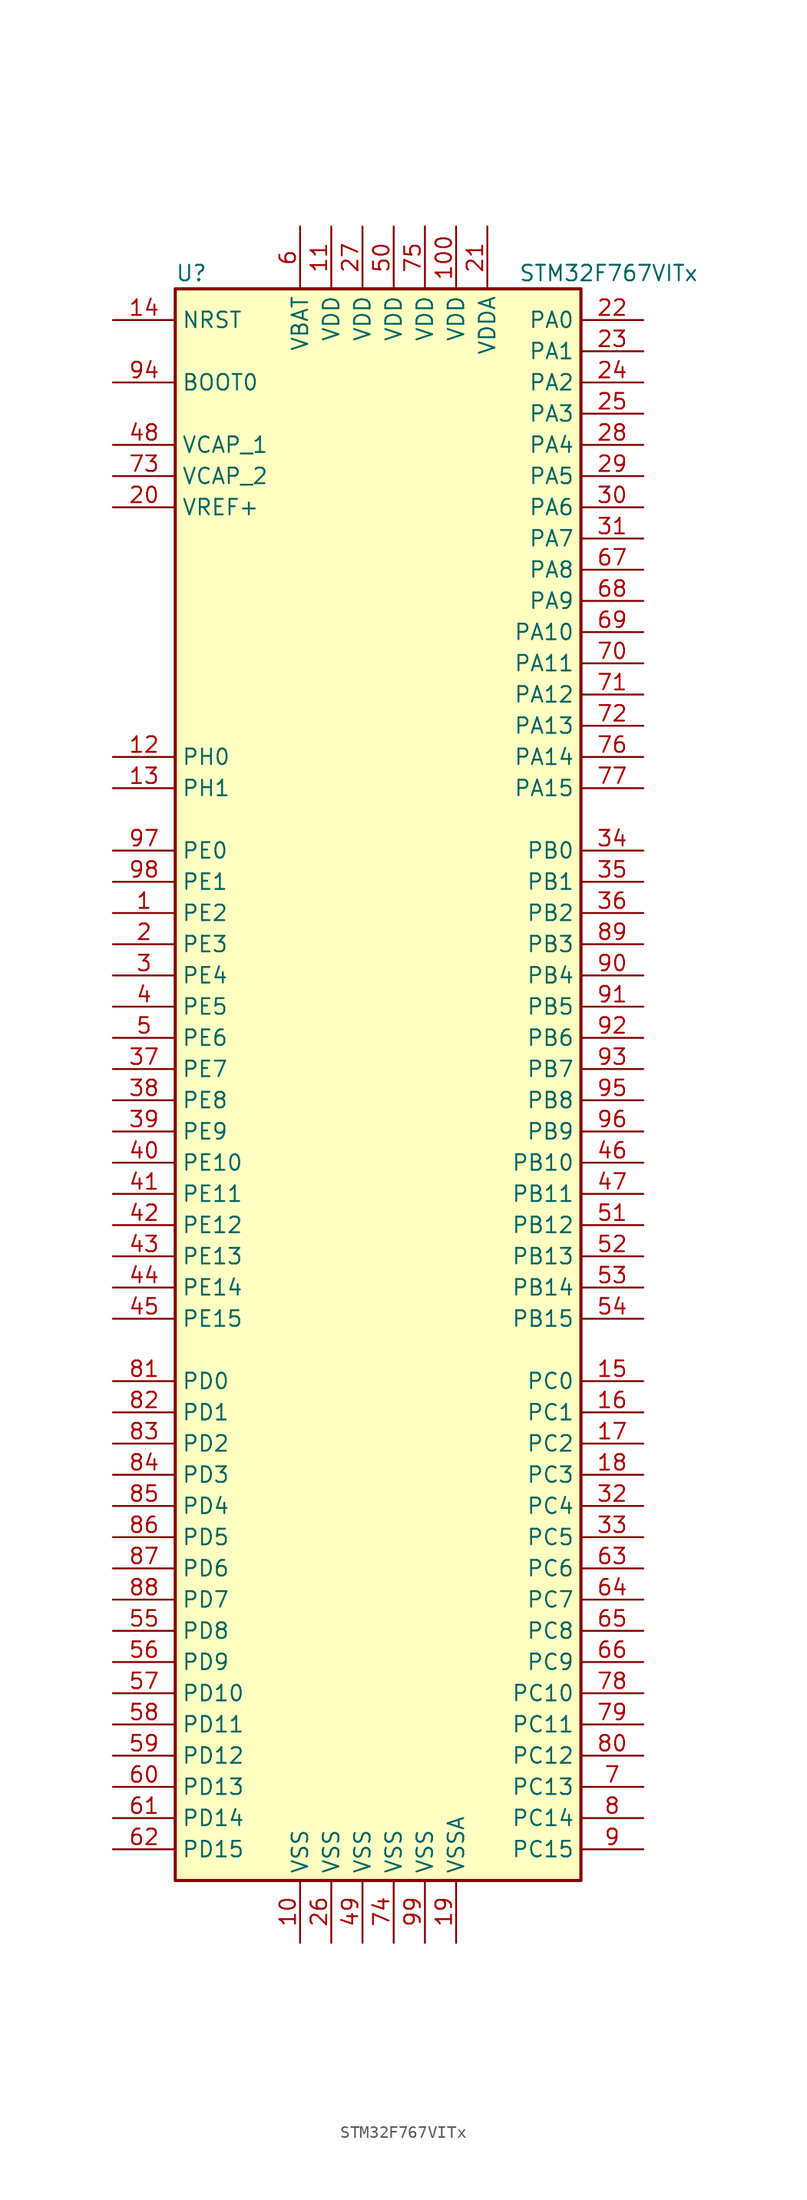
<source format=kicad_sym>
(kicad_symbol_lib
  (version 20201005)
  (generator kicad_symbol_editor)
  (symbol "MCU_ST_STM32F7:STM32F767VITx"
    (property "Reference" "U"
      (at -17.78 64.77 0)
      (effects (font (size 1.27 1.27)) (justify left)))
    (property "Value" "STM32F767VITx"
      (at 10.16 64.77 0)
      (effects (font (size 1.27 1.27)) (justify left)))
    (symbol "STM32F767VITx_0_1"
      (rectangle (start -17.78 -66.04) (end 15.24 63.5) (stroke (width 0.254)) (fill (type background))))
    (symbol "STM32F767VITx_1_1"
      (pin input line (at -22.86 55.88 0) (length 5.08) (name "BOOT0" (effects (font (size 1.27 1.27)))) (number "94" (effects (font (size 1.27 1.27)))))
      (pin input line (at -22.86 60.96 0) (length 5.08) (name "NRST" (effects (font (size 1.27 1.27)))) (number "14" (effects (font (size 1.27 1.27)))))
      (pin bidirectional line (at 20.32 60.96 180) (length 5.08) (name "PA0" (effects (font (size 1.27 1.27)))) (number "22" (effects (font (size 1.27 1.27)))))
      (pin bidirectional line (at 20.32 58.42 180) (length 5.08) (name "PA1" (effects (font (size 1.27 1.27)))) (number "23" (effects (font (size 1.27 1.27)))))
      (pin bidirectional line (at 20.32 35.56 180) (length 5.08) (name "PA10" (effects (font (size 1.27 1.27)))) (number "69" (effects (font (size 1.27 1.27)))))
      (pin bidirectional line (at 20.32 33.02 180) (length 5.08) (name "PA11" (effects (font (size 1.27 1.27)))) (number "70" (effects (font (size 1.27 1.27)))))
      (pin bidirectional line (at 20.32 30.48 180) (length 5.08) (name "PA12" (effects (font (size 1.27 1.27)))) (number "71" (effects (font (size 1.27 1.27)))))
      (pin bidirectional line (at 20.32 27.94 180) (length 5.08) (name "PA13" (effects (font (size 1.27 1.27)))) (number "72" (effects (font (size 1.27 1.27)))))
      (pin bidirectional line (at 20.32 25.4 180) (length 5.08) (name "PA14" (effects (font (size 1.27 1.27)))) (number "76" (effects (font (size 1.27 1.27)))))
      (pin bidirectional line (at 20.32 22.86 180) (length 5.08) (name "PA15" (effects (font (size 1.27 1.27)))) (number "77" (effects (font (size 1.27 1.27)))))
      (pin bidirectional line (at 20.32 55.88 180) (length 5.08) (name "PA2" (effects (font (size 1.27 1.27)))) (number "24" (effects (font (size 1.27 1.27)))))
      (pin bidirectional line (at 20.32 53.34 180) (length 5.08) (name "PA3" (effects (font (size 1.27 1.27)))) (number "25" (effects (font (size 1.27 1.27)))))
      (pin bidirectional line (at 20.32 50.8 180) (length 5.08) (name "PA4" (effects (font (size 1.27 1.27)))) (number "28" (effects (font (size 1.27 1.27)))))
      (pin bidirectional line (at 20.32 48.26 180) (length 5.08) (name "PA5" (effects (font (size 1.27 1.27)))) (number "29" (effects (font (size 1.27 1.27)))))
      (pin bidirectional line (at 20.32 45.72 180) (length 5.08) (name "PA6" (effects (font (size 1.27 1.27)))) (number "30" (effects (font (size 1.27 1.27)))))
      (pin bidirectional line (at 20.32 43.18 180) (length 5.08) (name "PA7" (effects (font (size 1.27 1.27)))) (number "31" (effects (font (size 1.27 1.27)))))
      (pin bidirectional line (at 20.32 40.64 180) (length 5.08) (name "PA8" (effects (font (size 1.27 1.27)))) (number "67" (effects (font (size 1.27 1.27)))))
      (pin bidirectional line (at 20.32 38.1 180) (length 5.08) (name "PA9" (effects (font (size 1.27 1.27)))) (number "68" (effects (font (size 1.27 1.27)))))
      (pin bidirectional line (at 20.32 17.78 180) (length 5.08) (name "PB0" (effects (font (size 1.27 1.27)))) (number "34" (effects (font (size 1.27 1.27)))))
      (pin bidirectional line (at 20.32 15.24 180) (length 5.08) (name "PB1" (effects (font (size 1.27 1.27)))) (number "35" (effects (font (size 1.27 1.27)))))
      (pin bidirectional line (at 20.32 -7.62 180) (length 5.08) (name "PB10" (effects (font (size 1.27 1.27)))) (number "46" (effects (font (size 1.27 1.27)))))
      (pin bidirectional line (at 20.32 -10.16 180) (length 5.08) (name "PB11" (effects (font (size 1.27 1.27)))) (number "47" (effects (font (size 1.27 1.27)))))
      (pin bidirectional line (at 20.32 -12.7 180) (length 5.08) (name "PB12" (effects (font (size 1.27 1.27)))) (number "51" (effects (font (size 1.27 1.27)))))
      (pin bidirectional line (at 20.32 -15.24 180) (length 5.08) (name "PB13" (effects (font (size 1.27 1.27)))) (number "52" (effects (font (size 1.27 1.27)))))
      (pin bidirectional line (at 20.32 -17.78 180) (length 5.08) (name "PB14" (effects (font (size 1.27 1.27)))) (number "53" (effects (font (size 1.27 1.27)))))
      (pin bidirectional line (at 20.32 -20.32 180) (length 5.08) (name "PB15" (effects (font (size 1.27 1.27)))) (number "54" (effects (font (size 1.27 1.27)))))
      (pin bidirectional line (at 20.32 12.7 180) (length 5.08) (name "PB2" (effects (font (size 1.27 1.27)))) (number "36" (effects (font (size 1.27 1.27)))))
      (pin bidirectional line (at 20.32 10.16 180) (length 5.08) (name "PB3" (effects (font (size 1.27 1.27)))) (number "89" (effects (font (size 1.27 1.27)))))
      (pin bidirectional line (at 20.32 7.62 180) (length 5.08) (name "PB4" (effects (font (size 1.27 1.27)))) (number "90" (effects (font (size 1.27 1.27)))))
      (pin bidirectional line (at 20.32 5.08 180) (length 5.08) (name "PB5" (effects (font (size 1.27 1.27)))) (number "91" (effects (font (size 1.27 1.27)))))
      (pin bidirectional line (at 20.32 2.54 180) (length 5.08) (name "PB6" (effects (font (size 1.27 1.27)))) (number "92" (effects (font (size 1.27 1.27)))))
      (pin bidirectional line (at 20.32 0 180) (length 5.08) (name "PB7" (effects (font (size 1.27 1.27)))) (number "93" (effects (font (size 1.27 1.27)))))
      (pin bidirectional line (at 20.32 -2.54 180) (length 5.08) (name "PB8" (effects (font (size 1.27 1.27)))) (number "95" (effects (font (size 1.27 1.27)))))
      (pin bidirectional line (at 20.32 -5.08 180) (length 5.08) (name "PB9" (effects (font (size 1.27 1.27)))) (number "96" (effects (font (size 1.27 1.27)))))
      (pin bidirectional line (at 20.32 -25.4 180) (length 5.08) (name "PC0" (effects (font (size 1.27 1.27)))) (number "15" (effects (font (size 1.27 1.27)))))
      (pin bidirectional line (at 20.32 -27.94 180) (length 5.08) (name "PC1" (effects (font (size 1.27 1.27)))) (number "16" (effects (font (size 1.27 1.27)))))
      (pin bidirectional line (at 20.32 -50.8 180) (length 5.08) (name "PC10" (effects (font (size 1.27 1.27)))) (number "78" (effects (font (size 1.27 1.27)))))
      (pin bidirectional line (at 20.32 -53.34 180) (length 5.08) (name "PC11" (effects (font (size 1.27 1.27)))) (number "79" (effects (font (size 1.27 1.27)))))
      (pin bidirectional line (at 20.32 -55.88 180) (length 5.08) (name "PC12" (effects (font (size 1.27 1.27)))) (number "80" (effects (font (size 1.27 1.27)))))
      (pin bidirectional line (at 20.32 -58.42 180) (length 5.08) (name "PC13" (effects (font (size 1.27 1.27)))) (number "7" (effects (font (size 1.27 1.27)))))
      (pin bidirectional line (at 20.32 -60.96 180) (length 5.08) (name "PC14" (effects (font (size 1.27 1.27)))) (number "8" (effects (font (size 1.27 1.27)))))
      (pin bidirectional line (at 20.32 -63.5 180) (length 5.08) (name "PC15" (effects (font (size 1.27 1.27)))) (number "9" (effects (font (size 1.27 1.27)))))
      (pin bidirectional line (at 20.32 -30.48 180) (length 5.08) (name "PC2" (effects (font (size 1.27 1.27)))) (number "17" (effects (font (size 1.27 1.27)))))
      (pin bidirectional line (at 20.32 -33.02 180) (length 5.08) (name "PC3" (effects (font (size 1.27 1.27)))) (number "18" (effects (font (size 1.27 1.27)))))
      (pin bidirectional line (at 20.32 -35.56 180) (length 5.08) (name "PC4" (effects (font (size 1.27 1.27)))) (number "32" (effects (font (size 1.27 1.27)))))
      (pin bidirectional line (at 20.32 -38.1 180) (length 5.08) (name "PC5" (effects (font (size 1.27 1.27)))) (number "33" (effects (font (size 1.27 1.27)))))
      (pin bidirectional line (at 20.32 -40.64 180) (length 5.08) (name "PC6" (effects (font (size 1.27 1.27)))) (number "63" (effects (font (size 1.27 1.27)))))
      (pin bidirectional line (at 20.32 -43.18 180) (length 5.08) (name "PC7" (effects (font (size 1.27 1.27)))) (number "64" (effects (font (size 1.27 1.27)))))
      (pin bidirectional line (at 20.32 -45.72 180) (length 5.08) (name "PC8" (effects (font (size 1.27 1.27)))) (number "65" (effects (font (size 1.27 1.27)))))
      (pin bidirectional line (at 20.32 -48.26 180) (length 5.08) (name "PC9" (effects (font (size 1.27 1.27)))) (number "66" (effects (font (size 1.27 1.27)))))
      (pin bidirectional line (at -22.86 -25.4 0) (length 5.08) (name "PD0" (effects (font (size 1.27 1.27)))) (number "81" (effects (font (size 1.27 1.27)))))
      (pin bidirectional line (at -22.86 -27.94 0) (length 5.08) (name "PD1" (effects (font (size 1.27 1.27)))) (number "82" (effects (font (size 1.27 1.27)))))
      (pin bidirectional line (at -22.86 -50.8 0) (length 5.08) (name "PD10" (effects (font (size 1.27 1.27)))) (number "57" (effects (font (size 1.27 1.27)))))
      (pin bidirectional line (at -22.86 -53.34 0) (length 5.08) (name "PD11" (effects (font (size 1.27 1.27)))) (number "58" (effects (font (size 1.27 1.27)))))
      (pin bidirectional line (at -22.86 -55.88 0) (length 5.08) (name "PD12" (effects (font (size 1.27 1.27)))) (number "59" (effects (font (size 1.27 1.27)))))
      (pin bidirectional line (at -22.86 -58.42 0) (length 5.08) (name "PD13" (effects (font (size 1.27 1.27)))) (number "60" (effects (font (size 1.27 1.27)))))
      (pin bidirectional line (at -22.86 -60.96 0) (length 5.08) (name "PD14" (effects (font (size 1.27 1.27)))) (number "61" (effects (font (size 1.27 1.27)))))
      (pin bidirectional line (at -22.86 -63.5 0) (length 5.08) (name "PD15" (effects (font (size 1.27 1.27)))) (number "62" (effects (font (size 1.27 1.27)))))
      (pin bidirectional line (at -22.86 -30.48 0) (length 5.08) (name "PD2" (effects (font (size 1.27 1.27)))) (number "83" (effects (font (size 1.27 1.27)))))
      (pin bidirectional line (at -22.86 -33.02 0) (length 5.08) (name "PD3" (effects (font (size 1.27 1.27)))) (number "84" (effects (font (size 1.27 1.27)))))
      (pin bidirectional line (at -22.86 -35.56 0) (length 5.08) (name "PD4" (effects (font (size 1.27 1.27)))) (number "85" (effects (font (size 1.27 1.27)))))
      (pin bidirectional line (at -22.86 -38.1 0) (length 5.08) (name "PD5" (effects (font (size 1.27 1.27)))) (number "86" (effects (font (size 1.27 1.27)))))
      (pin bidirectional line (at -22.86 -40.64 0) (length 5.08) (name "PD6" (effects (font (size 1.27 1.27)))) (number "87" (effects (font (size 1.27 1.27)))))
      (pin bidirectional line (at -22.86 -43.18 0) (length 5.08) (name "PD7" (effects (font (size 1.27 1.27)))) (number "88" (effects (font (size 1.27 1.27)))))
      (pin bidirectional line (at -22.86 -45.72 0) (length 5.08) (name "PD8" (effects (font (size 1.27 1.27)))) (number "55" (effects (font (size 1.27 1.27)))))
      (pin bidirectional line (at -22.86 -48.26 0) (length 5.08) (name "PD9" (effects (font (size 1.27 1.27)))) (number "56" (effects (font (size 1.27 1.27)))))
      (pin bidirectional line (at -22.86 17.78 0) (length 5.08) (name "PE0" (effects (font (size 1.27 1.27)))) (number "97" (effects (font (size 1.27 1.27)))))
      (pin bidirectional line (at -22.86 15.24 0) (length 5.08) (name "PE1" (effects (font (size 1.27 1.27)))) (number "98" (effects (font (size 1.27 1.27)))))
      (pin bidirectional line (at -22.86 -7.62 0) (length 5.08) (name "PE10" (effects (font (size 1.27 1.27)))) (number "40" (effects (font (size 1.27 1.27)))))
      (pin bidirectional line (at -22.86 -10.16 0) (length 5.08) (name "PE11" (effects (font (size 1.27 1.27)))) (number "41" (effects (font (size 1.27 1.27)))))
      (pin bidirectional line (at -22.86 -12.7 0) (length 5.08) (name "PE12" (effects (font (size 1.27 1.27)))) (number "42" (effects (font (size 1.27 1.27)))))
      (pin bidirectional line (at -22.86 -15.24 0) (length 5.08) (name "PE13" (effects (font (size 1.27 1.27)))) (number "43" (effects (font (size 1.27 1.27)))))
      (pin bidirectional line (at -22.86 -17.78 0) (length 5.08) (name "PE14" (effects (font (size 1.27 1.27)))) (number "44" (effects (font (size 1.27 1.27)))))
      (pin bidirectional line (at -22.86 -20.32 0) (length 5.08) (name "PE15" (effects (font (size 1.27 1.27)))) (number "45" (effects (font (size 1.27 1.27)))))
      (pin bidirectional line (at -22.86 12.7 0) (length 5.08) (name "PE2" (effects (font (size 1.27 1.27)))) (number "1" (effects (font (size 1.27 1.27)))))
      (pin bidirectional line (at -22.86 10.16 0) (length 5.08) (name "PE3" (effects (font (size 1.27 1.27)))) (number "2" (effects (font (size 1.27 1.27)))))
      (pin bidirectional line (at -22.86 7.62 0) (length 5.08) (name "PE4" (effects (font (size 1.27 1.27)))) (number "3" (effects (font (size 1.27 1.27)))))
      (pin bidirectional line (at -22.86 5.08 0) (length 5.08) (name "PE5" (effects (font (size 1.27 1.27)))) (number "4" (effects (font (size 1.27 1.27)))))
      (pin bidirectional line (at -22.86 2.54 0) (length 5.08) (name "PE6" (effects (font (size 1.27 1.27)))) (number "5" (effects (font (size 1.27 1.27)))))
      (pin bidirectional line (at -22.86 0 0) (length 5.08) (name "PE7" (effects (font (size 1.27 1.27)))) (number "37" (effects (font (size 1.27 1.27)))))
      (pin bidirectional line (at -22.86 -2.54 0) (length 5.08) (name "PE8" (effects (font (size 1.27 1.27)))) (number "38" (effects (font (size 1.27 1.27)))))
      (pin bidirectional line (at -22.86 -5.08 0) (length 5.08) (name "PE9" (effects (font (size 1.27 1.27)))) (number "39" (effects (font (size 1.27 1.27)))))
      (pin input line (at -22.86 25.4 0) (length 5.08) (name "PH0" (effects (font (size 1.27 1.27)))) (number "12" (effects (font (size 1.27 1.27)))))
      (pin input line (at -22.86 22.86 0) (length 5.08) (name "PH1" (effects (font (size 1.27 1.27)))) (number "13" (effects (font (size 1.27 1.27)))))
      (pin power_in line (at -7.62 68.58 270) (length 5.08) (name "VBAT" (effects (font (size 1.27 1.27)))) (number "6" (effects (font (size 1.27 1.27)))))
      (pin power_in line (at -22.86 50.8 0) (length 5.08) (name "VCAP_1" (effects (font (size 1.27 1.27)))) (number "48" (effects (font (size 1.27 1.27)))))
      (pin power_in line (at -22.86 48.26 0) (length 5.08) (name "VCAP_2" (effects (font (size 1.27 1.27)))) (number "73" (effects (font (size 1.27 1.27)))))
      (pin power_in line (at 5.08 68.58 270) (length 5.08) (name "VDD" (effects (font (size 1.27 1.27)))) (number "100" (effects (font (size 1.27 1.27)))))
      (pin power_in line (at -5.08 68.58 270) (length 5.08) (name "VDD" (effects (font (size 1.27 1.27)))) (number "11" (effects (font (size 1.27 1.27)))))
      (pin power_in line (at -2.54 68.58 270) (length 5.08) (name "VDD" (effects (font (size 1.27 1.27)))) (number "27" (effects (font (size 1.27 1.27)))))
      (pin power_in line (at 0 68.58 270) (length 5.08) (name "VDD" (effects (font (size 1.27 1.27)))) (number "50" (effects (font (size 1.27 1.27)))))
      (pin power_in line (at 2.54 68.58 270) (length 5.08) (name "VDD" (effects (font (size 1.27 1.27)))) (number "75" (effects (font (size 1.27 1.27)))))
      (pin power_in line (at 7.62 68.58 270) (length 5.08) (name "VDDA" (effects (font (size 1.27 1.27)))) (number "21" (effects (font (size 1.27 1.27)))))
      (pin power_in line (at -22.86 45.72 0) (length 5.08) (name "VREF+" (effects (font (size 1.27 1.27)))) (number "20" (effects (font (size 1.27 1.27)))))
      (pin power_in line (at -7.62 -71.12 90) (length 5.08) (name "VSS" (effects (font (size 1.27 1.27)))) (number "10" (effects (font (size 1.27 1.27)))))
      (pin power_in line (at -5.08 -71.12 90) (length 5.08) (name "VSS" (effects (font (size 1.27 1.27)))) (number "26" (effects (font (size 1.27 1.27)))))
      (pin power_in line (at -2.54 -71.12 90) (length 5.08) (name "VSS" (effects (font (size 1.27 1.27)))) (number "49" (effects (font (size 1.27 1.27)))))
      (pin power_in line (at 0 -71.12 90) (length 5.08) (name "VSS" (effects (font (size 1.27 1.27)))) (number "74" (effects (font (size 1.27 1.27)))))
      (pin power_in line (at 2.54 -71.12 90) (length 5.08) (name "VSS" (effects (font (size 1.27 1.27)))) (number "99" (effects (font (size 1.27 1.27)))))
      (pin power_in line (at 5.08 -71.12 90) (length 5.08) (name "VSSA" (effects (font (size 1.27 1.27)))) (number "19" (effects (font (size 1.27 1.27))))))))
</source>
